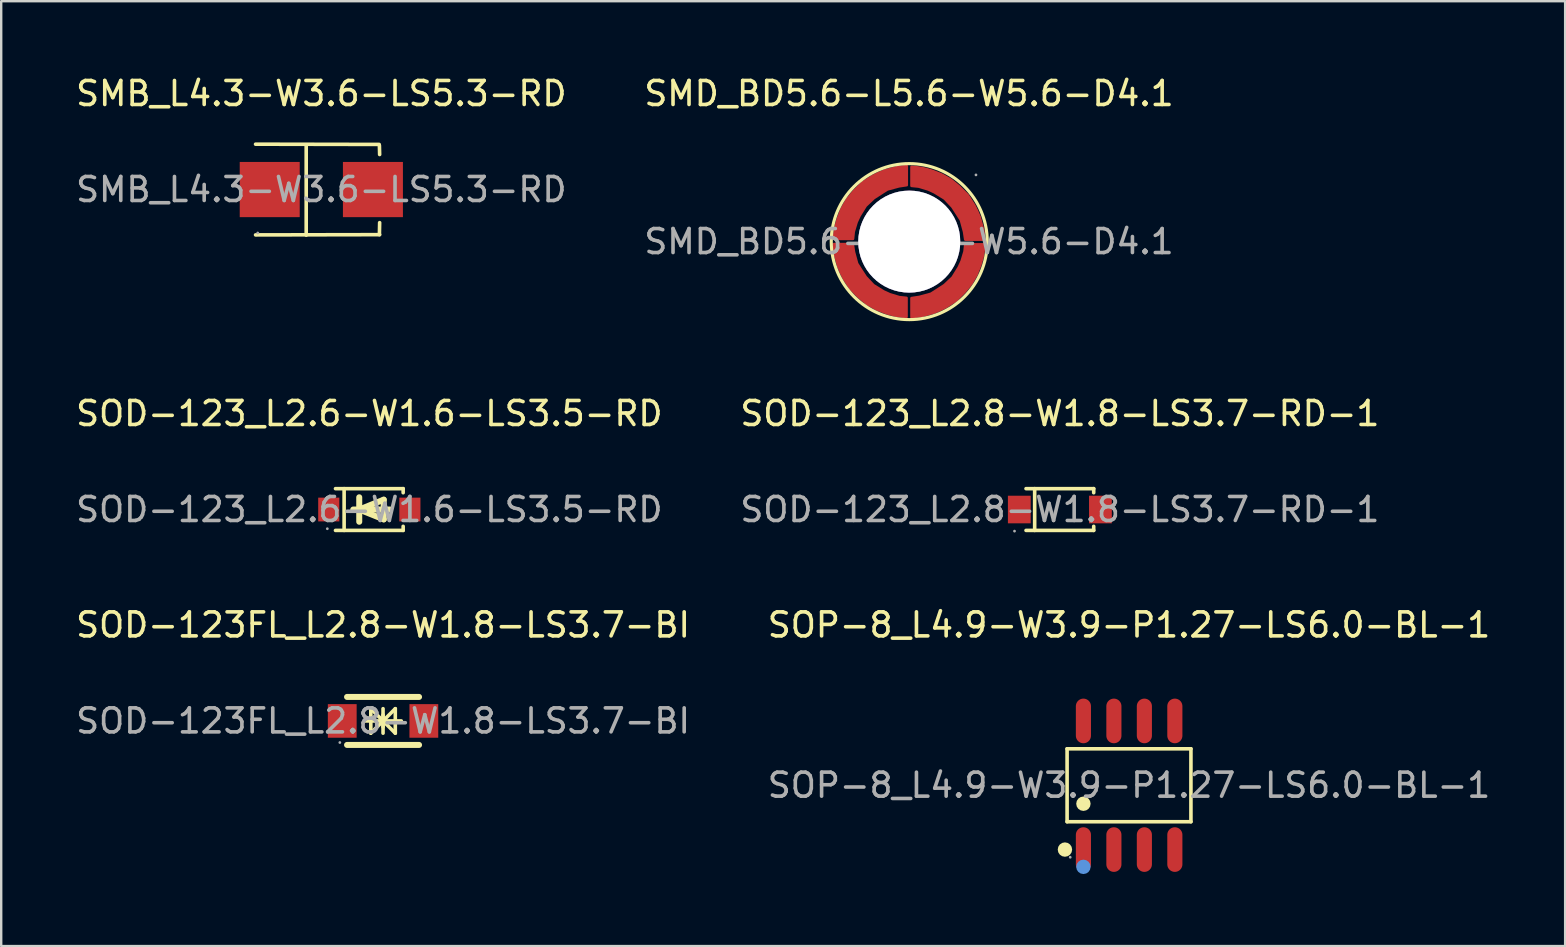
<source format=kicad_pcb>
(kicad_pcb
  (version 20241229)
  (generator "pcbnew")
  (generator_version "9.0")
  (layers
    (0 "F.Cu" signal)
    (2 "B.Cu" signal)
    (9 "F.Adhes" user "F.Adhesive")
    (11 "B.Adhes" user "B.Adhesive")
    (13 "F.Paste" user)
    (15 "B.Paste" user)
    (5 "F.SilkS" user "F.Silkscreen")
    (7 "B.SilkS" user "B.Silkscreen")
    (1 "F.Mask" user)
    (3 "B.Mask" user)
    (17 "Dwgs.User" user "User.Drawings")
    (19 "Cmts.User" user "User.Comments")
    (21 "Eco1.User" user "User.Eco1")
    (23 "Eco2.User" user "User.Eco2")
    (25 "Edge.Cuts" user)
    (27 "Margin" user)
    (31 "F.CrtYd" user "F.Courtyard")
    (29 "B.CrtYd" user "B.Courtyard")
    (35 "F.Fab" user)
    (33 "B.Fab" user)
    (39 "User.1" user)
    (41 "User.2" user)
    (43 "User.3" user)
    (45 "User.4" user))
  (footprint "SOD-123_L2.8-W1.8-LS3.7-RD-1"
    (layer "F.Cu")
    (at 41.113 18.181)
    (property "Reference" "SOD-123_L2.8-W1.8-LS3.7-RD-1" (at 0 -4 0) (layer "F.SilkS") (effects (font (size 1 1) (thickness 0.15))))
    (attr smd)
    (fp_line (start -1.41 -0.87) (end 1.41 -0.87) (stroke (width 0.15) (type solid)) (layer "F.SilkS"))
    (fp_line (start -1.41 0.87) (end 1.41 0.87) (stroke (width 0.15) (type solid)) (layer "F.SilkS"))
    (fp_line (start -1.05 -0.87) (end -1.05 0.87) (stroke (width 0.15) (type solid)) (layer "F.SilkS"))
    (fp_line (start 1.41 -0.87) (end 1.41 -0.7) (stroke (width 0.15) (type solid)) (layer "F.SilkS"))
    (fp_line (start 1.41 0.87) (end 1.41 0.7) (stroke (width 0.15) (type solid)) (layer "F.SilkS"))
    (fp_circle (center -1.89 0.9) (end -1.86 0.9) (stroke (width 0.06) (type solid)) (fill no) (layer "F.Fab"))
    (fp_text user "${REFERENCE}" (at 0 0 0) (layer "F.Fab") (effects (font (size 1 1) (thickness 0.15))))
    (pad "1" smd rect (at -1.69 0) (size 0.95 1.15) (layers "F.Cu" "F.Mask" "F.Paste"))
    (pad "2" smd rect (at 1.69 0) (size 0.95 1.15) (layers "F.Cu" "F.Mask" "F.Paste")))
  (footprint "SOP-8_L4.9-W3.9-P1.27-LS6.0-BL-1"
    (layer "F.Cu")
    (at 43.994 29.67)
    (property "Reference" "SOP-8_L4.9-W3.9-P1.27-LS6.0-BL-1" (at 0 -6.68 0) (layer "F.SilkS") (effects (font (size 1 1) (thickness 0.15))))
    (attr smd)
    (fp_line (start -2.58 -1.52) (end 2.58 -1.52) (stroke (width 0.15) (type solid)) (layer "F.SilkS"))
    (fp_line (start -2.58 1.52) (end -2.58 -1.52) (stroke (width 0.15) (type solid)) (layer "F.SilkS"))
    (fp_line (start 2.58 -1.52) (end 2.58 1.52) (stroke (width 0.15) (type solid)) (layer "F.SilkS"))
    (fp_line (start 2.58 1.52) (end -2.58 1.52) (stroke (width 0.15) (type solid)) (layer "F.SilkS"))
    (fp_circle (center -2.67 2.68) (end -2.52 2.68) (stroke (width 0.3) (type solid)) (fill no) (layer "F.SilkS"))
    (fp_circle (center -1.9 0.77) (end -1.75 0.77) (stroke (width 0.3) (type solid)) (fill no) (layer "F.SilkS"))
    (fp_circle (center -1.9 3.4) (end -1.75 3.4) (stroke (width 0.3) (type solid)) (fill no) (layer "Cmts.User"))
    (fp_circle (center -2.45 3) (end -2.42 3) (stroke (width 0.06) (type solid)) (fill no) (layer "F.Fab"))
    (fp_text user "${REFERENCE}" (at 0 0 0) (layer "F.Fab") (effects (font (size 1 1) (thickness 0.15))))
    (pad "1" smd oval (at -1.9 2.68) (size 0.63 1.86) (layers "F.Cu" "F.Mask" "F.Paste"))
    (pad "2" smd oval (at -0.63 2.68) (size 0.63 1.86) (layers "F.Cu" "F.Mask" "F.Paste"))
    (pad "3" smd oval (at 0.64 2.68) (size 0.63 1.86) (layers "F.Cu" "F.Mask" "F.Paste"))
    (pad "4" smd oval (at 1.91 2.68) (size 0.63 1.86) (layers "F.Cu" "F.Mask" "F.Paste"))
    (pad "5" smd oval (at 1.91 -2.68) (size 0.63 1.86) (layers "F.Cu" "F.Mask" "F.Paste"))
    (pad "6" smd oval (at 0.64 -2.68) (size 0.63 1.86) (layers "F.Cu" "F.Mask" "F.Paste"))
    (pad "7" smd oval (at -0.63 -2.68) (size 0.63 1.86) (layers "F.Cu" "F.Mask" "F.Paste"))
    (pad "8" smd oval (at -1.9 -2.68) (size 0.63 1.86) (layers "F.Cu" "F.Mask" "F.Paste")))
  (footprint "SMD_BD5.6-L5.6-W5.6-D4.1"
    (layer "F.Cu")
    (at 34.827 7.018)
    (property "Reference" "SMD_BD5.6-L5.6-W5.6-D4.1" (at 0 -6.17 0) (layer "F.SilkS") (effects (font (size 1 1) (thickness 0.15))))
    (attr smd)
    (fp_circle (center 0.01 0) (end 3.26 0) (stroke (width 0.13) (type solid)) (fill no) (layer "F.SilkS"))
    (fp_circle (center 0.01 0) (end 1.01 0) (stroke (width 2) (type solid)) (fill no) (layer "Cmts.User"))
    (fp_circle (center 2.79 -2.78) (end 2.82 -2.78) (stroke (width 0.06) (type solid)) (fill no) (layer "F.Fab"))
    (fp_text user "${REFERENCE}" (at 0 0 0) (layer "F.Fab") (effects (font (size 1 1) (thickness 0.15))))
    (pad "" thru_hole circle (at 0.01 0) (size 4.25 4.25) (drill 4.25) (layers "*.Cu" "*.Mask"))
    (pad "1" smd custom (at 1.62 -2.14) (size 0.01 0.01) (layers "F.Cu" "F.Mask" "F.Paste") (options (anchor circle)) (primitives (gr_poly (pts (xy -1.52 -0.98) (xy -1.37 -0.97) (xy -1.14 -0.94) (xy -0.99 -0.91) (xy -0.67 -0.82) (xy -0.26 -0.66) (xy 0.13 -0.44) (xy 0.47 -0.16) (xy 0.83 0.2) (xy 1.1 0.62) (xy 1.21 0.84) (xy 1.33 1.12) (xy 1.48 1.67) (xy 1.52 2.06) (xy 0.72 2.06) (xy 0.67 1.73) (xy 0.54 1.25) (xy 0.4 1.03) (xy 0.18 0.69) (xy -0.14 0.35) (xy -0.56 0.09) (xy -0.82 -0.03) (xy -1.22 -0.15) (xy -1.52 -0.18)) (width 0.1) (fill yes))))
    (pad "2" smd custom (at 1.62 2.17) (size 0.01 0.01) (layers "F.Cu" "F.Mask" "F.Paste") (options (anchor circle)) (primitives (gr_poly (pts (xy 1.52 -2.06) (xy 1.51 -1.91) (xy 1.48 -1.68) (xy 1.45 -1.53) (xy 1.36 -1.21) (xy 1.2 -0.8) (xy 0.98 -0.41) (xy 0.7 -0.07) (xy 0.34 0.29) (xy -0.08 0.56) (xy -0.3 0.67) (xy -0.58 0.79) (xy -1.13 0.94) (xy -1.52 0.98) (xy -1.52 0.18) (xy -1.19 0.13) (xy -0.71 0) (xy -0.49 -0.14) (xy -0.15 -0.36) (xy 0.19 -0.68) (xy 0.45 -1.1) (xy 0.57 -1.36) (xy 0.69 -1.76) (xy 0.72 -2.06)) (width 0.1) (fill yes))))
    (pad "3" smd custom (at -1.62 2.17) (size 0.01 0.01) (layers "F.Cu" "F.Mask" "F.Paste") (options (anchor circle)) (primitives (gr_poly (pts (xy 1.52 0.97) (xy 1.37 0.96) (xy 1.14 0.93) (xy 0.99 0.9) (xy 0.67 0.81) (xy 0.26 0.65) (xy -0.13 0.43) (xy -0.47 0.15) (xy -0.83 -0.21) (xy -1.1 -0.63) (xy -1.21 -0.85) (xy -1.33 -1.13) (xy -1.48 -1.68) (xy -1.52 -2.07) (xy -0.72 -2.07) (xy -0.67 -1.74) (xy -0.54 -1.26) (xy -0.4 -1.04) (xy -0.18 -0.7) (xy 0.14 -0.36) (xy 0.56 -0.1) (xy 0.82 0.02) (xy 1.22 0.14) (xy 1.52 0.17)) (width 0.1) (fill yes))))
    (pad "4" smd custom (at -1.61 -2.17) (size 0.01 0.01) (layers "F.Cu" "F.Mask" "F.Paste") (options (anchor circle)) (primitives (gr_poly (pts (xy -1.52 2.06) (xy -1.51 1.91) (xy -1.48 1.68) (xy -1.45 1.53) (xy -1.36 1.21) (xy -1.2 0.8) (xy -0.98 0.41) (xy -0.7 0.07) (xy -0.34 -0.29) (xy 0.08 -0.56) (xy 0.3 -0.67) (xy 0.58 -0.79) (xy 1.13 -0.94) (xy 1.52 -0.98) (xy 1.52 -0.18) (xy 1.19 -0.13) (xy 0.71 0) (xy 0.49 0.14) (xy 0.15 0.36) (xy -0.19 0.68) (xy -0.45 1.1) (xy -0.57 1.36) (xy -0.69 1.76) (xy -0.72 2.06)) (width 0.1) (fill yes)))))
  (footprint "SOD-123_L2.6-W1.6-LS3.5-RD"
    (layer "F.Cu")
    (at 12.339 18.181)
    (property "Reference" "SOD-123_L2.6-W1.6-LS3.5-RD" (at 0 -4 0) (layer "F.SilkS") (effects (font (size 1 1) (thickness 0.15))))
    (attr smd)
    (fp_line (start -1.41 -0.87) (end 1.41 -0.87) (stroke (width 0.15) (type solid)) (layer "F.SilkS"))
    (fp_line (start -1.41 0.87) (end 1.41 0.87) (stroke (width 0.15) (type solid)) (layer "F.SilkS"))
    (fp_line (start -1.05 -0.87) (end -1.05 0.87) (stroke (width 0.15) (type solid)) (layer "F.SilkS"))
    (fp_line (start -0.67 0) (end 0.85 0) (stroke (width 0.25) (type solid)) (layer "F.SilkS"))
    (fp_line (start -0.42 -0.51) (end -0.42 0.51) (stroke (width 0.25) (type solid)) (layer "F.SilkS"))
    (fp_line (start -0.42 0) (end 0.6 -0.41) (stroke (width 0.25) (type solid)) (layer "F.SilkS"))
    (fp_line (start 0.6 -0.41) (end 0.6 0.41) (stroke (width 0.25) (type solid)) (layer "F.SilkS"))
    (fp_line (start 0.6 0.41) (end -0.42 0) (stroke (width 0.25) (type solid)) (layer "F.SilkS"))
    (fp_line (start 1.41 -0.87) (end 1.41 -0.7) (stroke (width 0.15) (type solid)) (layer "F.SilkS"))
    (fp_line (start 1.41 0.87) (end 1.41 0.7) (stroke (width 0.15) (type solid)) (layer "F.SilkS"))
    (fp_circle (center -1.75 0.8) (end -1.72 0.8) (stroke (width 0.06) (type solid)) (fill no) (layer "F.Fab"))
    (fp_text user "${REFERENCE}" (at 0 0 0) (layer "F.Fab") (effects (font (size 1 1) (thickness 0.15))))
    (pad "1" smd rect (at -1.69 0) (size 0.88 0.99) (layers "F.Cu" "F.Mask" "F.Paste"))
    (pad "2" smd rect (at 1.69 0) (size 0.88 0.99) (layers "F.Cu" "F.Mask" "F.Paste")))
  (footprint "SOD-123FL_L2.8-W1.8-LS3.7-BI"
    (layer "F.Cu")
    (at 12.911 26.99)
    (property "Reference" "SOD-123FL_L2.8-W1.8-LS3.7-BI" (at 0 -4 0) (layer "F.SilkS") (effects (font (size 1 1) (thickness 0.15))))
    (attr smd)
    (fp_line (start -1.5 -1) (end 1.5 -1) (stroke (width 0.25) (type solid)) (layer "F.SilkS"))
    (fp_line (start -1.5 1) (end 1.5 1) (stroke (width 0.25) (type solid)) (layer "F.SilkS"))
    (fp_line (start -0.76 0) (end 0.76 0) (stroke (width 0.15) (type solid)) (layer "F.SilkS"))
    (fp_line (start -0.51 -0.51) (end -0.51 0.51) (stroke (width 0.15) (type solid)) (layer "F.SilkS"))
    (fp_line (start 0 -0.51) (end 0 0.51) (stroke (width 0.15) (type solid)) (layer "F.SilkS"))
    (fp_line (start 0 0) (end -0.51 -0.51) (stroke (width 0.15) (type solid)) (layer "F.SilkS"))
    (fp_line (start 0 0) (end -0.51 0.51) (stroke (width 0.15) (type solid)) (layer "F.SilkS"))
    (fp_line (start 0 0) (end 0.51 -0.51) (stroke (width 0.15) (type solid)) (layer "F.SilkS"))
    (fp_line (start 0 0) (end 0.51 0.51) (stroke (width 0.15) (type solid)) (layer "F.SilkS"))
    (fp_line (start 0 0.25) (end 0 -0.25) (stroke (width 0.15) (type solid)) (layer "F.SilkS"))
    (fp_line (start 0.51 0.51) (end 0.51 -0.51) (stroke (width 0.15) (type solid)) (layer "F.SilkS"))
    (fp_circle (center -1.8 0.9) (end -1.77 0.9) (stroke (width 0.06) (type solid)) (fill no) (layer "F.Fab"))
    (fp_text user "${REFERENCE}" (at 0 0 0) (layer "F.Fab") (effects (font (size 1 1) (thickness 0.15))))
    (pad "1" smd rect (at -1.7 0) (size 1.2 1.4) (layers "F.Cu" "F.Mask" "F.Paste"))
    (pad "2" smd rect (at 1.7 0) (size 1.2 1.4) (layers "F.Cu" "F.Mask" "F.Paste")))
  (footprint "SMB_L4.3-W3.6-LS5.3-RD"
    (layer "F.Cu")
    (at 10.339 4.848)
    (property "Reference" "SMB_L4.3-W3.6-LS5.3-RD" (at 0 -4 0) (layer "F.SilkS") (effects (font (size 1 1) (thickness 0.15))))
    (attr smd)
    (fp_line (start -2.74 -1.89) (end 2.41 -1.88) (stroke (width 0.15) (type solid)) (layer "F.SilkS"))
    (fp_line (start -2.74 1.89) (end 2.43 1.88) (stroke (width 0.15) (type solid)) (layer "F.SilkS"))
    (fp_line (start -0.63 1.9) (end -0.63 -1.86) (stroke (width 0.15) (type solid)) (layer "F.SilkS"))
    (fp_line (start 2.42 -1.84) (end 2.43 -1.46) (stroke (width 0.15) (type solid)) (layer "F.SilkS"))
    (fp_line (start 2.42 1.88) (end 2.43 1.38) (stroke (width 0.15) (type solid)) (layer "F.SilkS"))
    (fp_circle (center -2.65 1.81) (end -2.62 1.81) (stroke (width 0.06) (type solid)) (fill no) (layer "F.Fab"))
    (fp_text user "${REFERENCE}" (at 0 0 0) (layer "F.Fab") (effects (font (size 1 1) (thickness 0.15))))
    (pad "1" smd rect (at -2.15 0) (size 2.5 2.3) (layers "F.Cu" "F.Mask" "F.Paste"))
    (pad "2" smd rect (at 2.15 0) (size 2.5 2.3) (layers "F.Cu" "F.Mask" "F.Paste")))
  (gr_rect
    (start -3 -3)
    (end 62.167 36.37)
    (stroke (width 0.1) (type default))
    (fill no)
    (layer "Edge.Cuts")))
</source>
